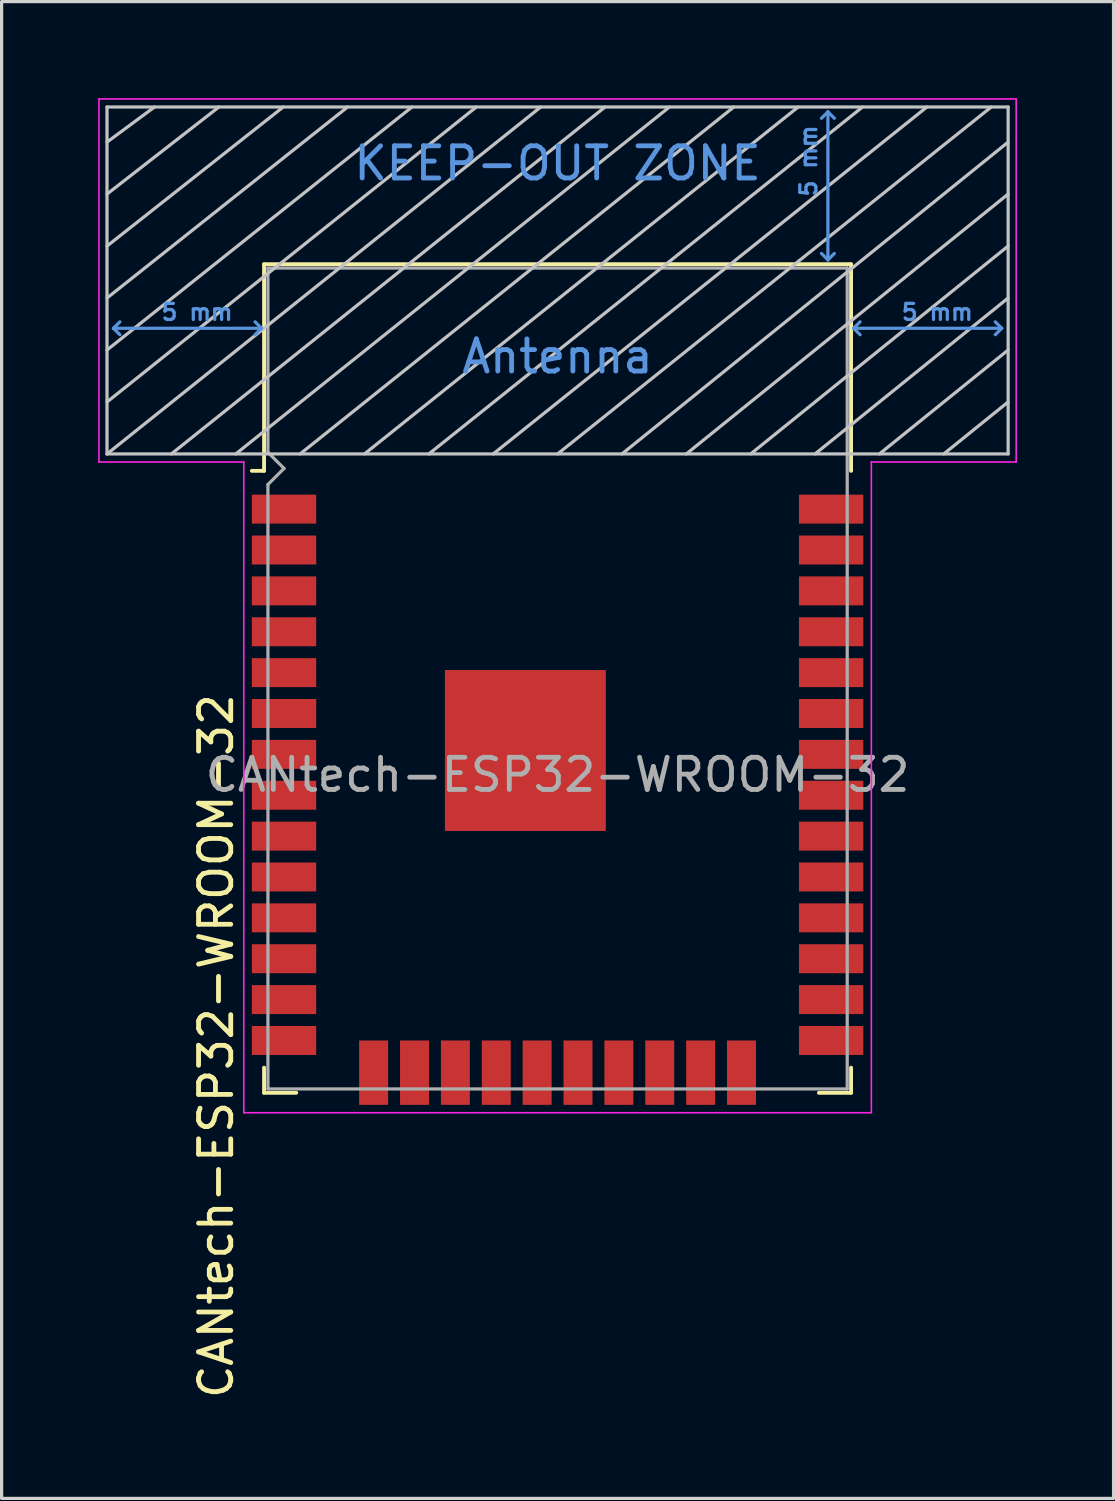
<source format=kicad_pcb>
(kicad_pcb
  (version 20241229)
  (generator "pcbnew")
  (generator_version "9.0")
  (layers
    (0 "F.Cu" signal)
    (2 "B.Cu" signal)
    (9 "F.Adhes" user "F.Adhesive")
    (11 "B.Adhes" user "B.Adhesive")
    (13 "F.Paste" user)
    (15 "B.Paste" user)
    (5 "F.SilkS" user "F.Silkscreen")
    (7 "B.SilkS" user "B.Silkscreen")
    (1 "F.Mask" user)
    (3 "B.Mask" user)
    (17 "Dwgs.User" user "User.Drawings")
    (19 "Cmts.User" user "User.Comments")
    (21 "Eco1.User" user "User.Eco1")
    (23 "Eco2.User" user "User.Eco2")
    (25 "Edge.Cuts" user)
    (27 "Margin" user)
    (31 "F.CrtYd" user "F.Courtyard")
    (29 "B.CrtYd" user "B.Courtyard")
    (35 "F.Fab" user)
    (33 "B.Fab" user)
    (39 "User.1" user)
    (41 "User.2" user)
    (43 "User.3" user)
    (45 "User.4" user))
  (footprint "CANtech-ESP32-WROOM-32"
    (layer "F.Cu")
    (at 14.275 21.025)
    (property "Reference" "CANtech-ESP32-WROOM-32" (at -10.61 8.43 90) (layer "F.SilkS") (effects (font (size 1 1) (thickness 0.15))))
    (attr smd)
    (fp_line (start -9.12 -15.865) (end -9.12 -9.445) (stroke (width 0.12) (type solid)) (layer "F.SilkS"))
    (fp_line (start -9.12 -15.865) (end 9.12 -15.865) (stroke (width 0.12) (type solid)) (layer "F.SilkS"))
    (fp_line (start -9.12 -9.445) (end -9.5 -9.445) (stroke (width 0.12) (type solid)) (layer "F.SilkS"))
    (fp_line (start -9.12 9.1) (end -9.12 9.88) (stroke (width 0.12) (type solid)) (layer "F.SilkS"))
    (fp_line (start -9.12 9.88) (end -8.12 9.88) (stroke (width 0.12) (type solid)) (layer "F.SilkS"))
    (fp_line (start 9.12 -15.865) (end 9.12 -9.445) (stroke (width 0.12) (type solid)) (layer "F.SilkS"))
    (fp_line (start 9.12 9.1) (end 9.12 9.88) (stroke (width 0.12) (type solid)) (layer "F.SilkS"))
    (fp_line (start 9.12 9.88) (end 8.12 9.88) (stroke (width 0.12) (type solid)) (layer "F.SilkS"))
    (fp_line (start -14 -9.97) (end -14 -20.75) (stroke (width 0.1) (type solid)) (layer "Dwgs.User"))
    (fp_line (start -12.525 -20.75) (end -14 -19.66) (stroke (width 0.1) (type solid)) (layer "Dwgs.User"))
    (fp_line (start -10.525 -20.75) (end -14 -18.045) (stroke (width 0.1) (type solid)) (layer "Dwgs.User"))
    (fp_line (start -8.525 -20.75) (end -14 -16.43) (stroke (width 0.1) (type solid)) (layer "Dwgs.User"))
    (fp_line (start -8 -9.97) (end 5.475 -20.75) (stroke (width 0.1) (type solid)) (layer "Dwgs.User"))
    (fp_line (start -6.525 -20.75) (end -14 -14.815) (stroke (width 0.1) (type solid)) (layer "Dwgs.User"))
    (fp_line (start -4.525 -20.75) (end -14 -13.2) (stroke (width 0.1) (type solid)) (layer "Dwgs.User"))
    (fp_line (start -2.525 -20.75) (end -14 -11.585) (stroke (width 0.1) (type solid)) (layer "Dwgs.User"))
    (fp_line (start -0.525 -20.75) (end -14 -9.97) (stroke (width 0.1) (type solid)) (layer "Dwgs.User"))
    (fp_line (start 1.475 -20.75) (end -12 -9.97) (stroke (width 0.1) (type solid)) (layer "Dwgs.User"))
    (fp_line (start 3.475 -20.75) (end -10 -9.97) (stroke (width 0.1) (type solid)) (layer "Dwgs.User"))
    (fp_line (start 7.475 -20.75) (end -6 -9.97) (stroke (width 0.1) (type solid)) (layer "Dwgs.User"))
    (fp_line (start 9.475 -20.75) (end -4 -9.97) (stroke (width 0.1) (type solid)) (layer "Dwgs.User"))
    (fp_line (start 11.475 -20.75) (end -2 -9.97) (stroke (width 0.1) (type solid)) (layer "Dwgs.User"))
    (fp_line (start 13.475 -20.75) (end 0 -9.97) (stroke (width 0.1) (type solid)) (layer "Dwgs.User"))
    (fp_line (start 14 -20.75) (end -14 -20.75) (stroke (width 0.1) (type solid)) (layer "Dwgs.User"))
    (fp_line (start 14 -19.66) (end 2 -9.97) (stroke (width 0.1) (type solid)) (layer "Dwgs.User"))
    (fp_line (start 14 -18.045) (end 4 -9.97) (stroke (width 0.1) (type solid)) (layer "Dwgs.User"))
    (fp_line (start 14 -16.43) (end 6 -9.97) (stroke (width 0.1) (type solid)) (layer "Dwgs.User"))
    (fp_line (start 14 -14.815) (end 8 -9.97) (stroke (width 0.1) (type solid)) (layer "Dwgs.User"))
    (fp_line (start 14 -13.2) (end 10 -9.97) (stroke (width 0.1) (type solid)) (layer "Dwgs.User"))
    (fp_line (start 14 -11.585) (end 12 -9.97) (stroke (width 0.1) (type solid)) (layer "Dwgs.User"))
    (fp_line (start 14 -9.97) (end -14 -9.97) (stroke (width 0.1) (type solid)) (layer "Dwgs.User"))
    (fp_line (start 14 -9.97) (end 14 -20.75) (stroke (width 0.1) (type solid)) (layer "Dwgs.User"))
    (fp_line (start -13.8 -13.875) (end -13.6 -14.075) (stroke (width 0.1) (type solid)) (layer "Cmts.User"))
    (fp_line (start -13.8 -13.875) (end -13.6 -13.675) (stroke (width 0.1) (type solid)) (layer "Cmts.User"))
    (fp_line (start -13.8 -13.875) (end -9.2 -13.875) (stroke (width 0.1) (type solid)) (layer "Cmts.User"))
    (fp_line (start -9.2 -13.875) (end -9.4 -14.075) (stroke (width 0.1) (type solid)) (layer "Cmts.User"))
    (fp_line (start -9.2 -13.875) (end -9.4 -13.675) (stroke (width 0.1) (type solid)) (layer "Cmts.User"))
    (fp_line (start 8.4 -20.6) (end 8.2 -20.4) (stroke (width 0.1) (type solid)) (layer "Cmts.User"))
    (fp_line (start 8.4 -20.6) (end 8.6 -20.4) (stroke (width 0.1) (type solid)) (layer "Cmts.User"))
    (fp_line (start 8.4 -16) (end 8.2 -16.2) (stroke (width 0.1) (type solid)) (layer "Cmts.User"))
    (fp_line (start 8.4 -16) (end 8.4 -20.6) (stroke (width 0.1) (type solid)) (layer "Cmts.User"))
    (fp_line (start 8.4 -16) (end 8.6 -16.2) (stroke (width 0.1) (type solid)) (layer "Cmts.User"))
    (fp_line (start 9.2 -13.875) (end 9.4 -14.075) (stroke (width 0.1) (type solid)) (layer "Cmts.User"))
    (fp_line (start 9.2 -13.875) (end 9.4 -13.675) (stroke (width 0.1) (type solid)) (layer "Cmts.User"))
    (fp_line (start 9.2 -13.875) (end 13.8 -13.875) (stroke (width 0.1) (type solid)) (layer "Cmts.User"))
    (fp_line (start 13.8 -13.875) (end 13.6 -14.075) (stroke (width 0.1) (type solid)) (layer "Cmts.User"))
    (fp_line (start 13.8 -13.875) (end 13.6 -13.675) (stroke (width 0.1) (type solid)) (layer "Cmts.User"))
    (fp_line (start -14.25 -21) (end -14.25 -9.72) (stroke (width 0.05) (type solid)) (layer "F.CrtYd"))
    (fp_line (start -14.25 -21) (end 14.25 -21) (stroke (width 0.05) (type solid)) (layer "F.CrtYd"))
    (fp_line (start -14.25 -9.72) (end -9.75 -9.72) (stroke (width 0.05) (type solid)) (layer "F.CrtYd"))
    (fp_line (start -9.75 10.5) (end -9.75 -9.72) (stroke (width 0.05) (type solid)) (layer "F.CrtYd"))
    (fp_line (start -9.75 10.5) (end 9.75 10.5) (stroke (width 0.05) (type solid)) (layer "F.CrtYd"))
    (fp_line (start 9.75 -9.72) (end 9.75 10.5) (stroke (width 0.05) (type solid)) (layer "F.CrtYd"))
    (fp_line (start 9.75 -9.72) (end 14.25 -9.72) (stroke (width 0.05) (type solid)) (layer "F.CrtYd"))
    (fp_line (start 14.25 -21) (end 14.25 -9.72) (stroke (width 0.05) (type solid)) (layer "F.CrtYd"))
    (fp_line (start -9 -15.745) (end -9 -10.02) (stroke (width 0.1) (type solid)) (layer "F.Fab"))
    (fp_line (start -9 -15.745) (end 9 -15.745) (stroke (width 0.1) (type solid)) (layer "F.Fab"))
    (fp_line (start -9 -9.02) (end -9 9.76) (stroke (width 0.1) (type solid)) (layer "F.Fab"))
    (fp_line (start -9 -9.02) (end -8.5 -9.52) (stroke (width 0.1) (type solid)) (layer "F.Fab"))
    (fp_line (start -9 9.76) (end 9 9.76) (stroke (width 0.1) (type solid)) (layer "F.Fab"))
    (fp_line (start -8.5 -9.52) (end -9 -10.02) (stroke (width 0.1) (type solid)) (layer "F.Fab"))
    (fp_line (start 9 9.76) (end 9 -15.745) (stroke (width 0.1) (type solid)) (layer "F.Fab"))
    (fp_text user "5 mm" (at -11.2 -14.375 0) (layer "Cmts.User") (effects (font (size 0.5 0.5) (thickness 0.1))))
    (fp_text user "5 mm" (at 7.8 -19.075 90) (layer "Cmts.User") (effects (font (size 0.5 0.5) (thickness 0.1))))
    (fp_text user "Antenna" (at 0 -13 0) (layer "Cmts.User") (effects (font (size 1 1) (thickness 0.15))))
    (fp_text user "5 mm" (at 11.8 -14.375 0) (layer "Cmts.User") (effects (font (size 0.5 0.5) (thickness 0.1))))
    (fp_text user "KEEP-OUT ZONE" (at 0 -19 0) (layer "Cmts.User") (effects (font (size 1 1) (thickness 0.15))))
    (fp_text user "${REFERENCE}" (at 0 0 0) (layer "F.Fab") (effects (font (size 1 1) (thickness 0.15))))
    (pad "1" smd rect (at -8.5 -8.255) (size 2 0.9) (layers "F.Cu" "F.Mask" "F.Paste"))
    (pad "2" smd rect (at -8.5 -6.985) (size 2 0.9) (layers "F.Cu" "F.Mask" "F.Paste"))
    (pad "3" smd rect (at -8.5 -5.715) (size 2 0.9) (layers "F.Cu" "F.Mask" "F.Paste"))
    (pad "4" smd rect (at -8.5 -4.445) (size 2 0.9) (layers "F.Cu" "F.Mask" "F.Paste"))
    (pad "5" smd rect (at -8.5 -3.175) (size 2 0.9) (layers "F.Cu" "F.Mask" "F.Paste"))
    (pad "6" smd rect (at -8.5 -1.905) (size 2 0.9) (layers "F.Cu" "F.Mask" "F.Paste"))
    (pad "7" smd rect (at -8.5 -0.635) (size 2 0.9) (layers "F.Cu" "F.Mask" "F.Paste"))
    (pad "8" smd rect (at -8.5 0.635) (size 2 0.9) (layers "F.Cu" "F.Mask" "F.Paste"))
    (pad "9" smd rect (at -8.5 1.905) (size 2 0.9) (layers "F.Cu" "F.Mask" "F.Paste"))
    (pad "10" smd rect (at -8.5 3.175) (size 2 0.9) (layers "F.Cu" "F.Mask" "F.Paste"))
    (pad "11" smd rect (at -8.5 4.445) (size 2 0.9) (layers "F.Cu" "F.Mask" "F.Paste"))
    (pad "12" smd rect (at -8.5 5.715) (size 2 0.9) (layers "F.Cu" "F.Mask" "F.Paste"))
    (pad "13" smd rect (at -8.5 6.985) (size 2 0.9) (layers "F.Cu" "F.Mask" "F.Paste"))
    (pad "14" smd rect (at -8.5 8.255) (size 2 0.9) (layers "F.Cu" "F.Mask" "F.Paste"))
    (pad "15" smd rect (at -5.715 9.255 90) (size 2 0.9) (layers "F.Cu" "F.Mask" "F.Paste"))
    (pad "16" smd rect (at -4.445 9.255 90) (size 2 0.9) (layers "F.Cu" "F.Mask" "F.Paste"))
    (pad "17" smd rect (at -3.175 9.255 90) (size 2 0.9) (layers "F.Cu" "F.Mask" "F.Paste"))
    (pad "18" smd rect (at -1.905 9.255 90) (size 2 0.9) (layers "F.Cu" "F.Mask" "F.Paste"))
    (pad "19" smd rect (at -0.635 9.255 90) (size 2 0.9) (layers "F.Cu" "F.Mask" "F.Paste"))
    (pad "20" smd rect (at 0.635 9.255 90) (size 2 0.9) (layers "F.Cu" "F.Mask" "F.Paste"))
    (pad "21" smd rect (at 1.905 9.255 90) (size 2 0.9) (layers "F.Cu" "F.Mask" "F.Paste"))
    (pad "22" smd rect (at 3.175 9.255 90) (size 2 0.9) (layers "F.Cu" "F.Mask" "F.Paste"))
    (pad "23" smd rect (at 4.445 9.255 90) (size 2 0.9) (layers "F.Cu" "F.Mask" "F.Paste"))
    (pad "24" smd rect (at 5.715 9.255 90) (size 2 0.9) (layers "F.Cu" "F.Mask" "F.Paste"))
    (pad "25" smd rect (at 8.5 8.255) (size 2 0.9) (layers "F.Cu" "F.Mask" "F.Paste"))
    (pad "26" smd rect (at 8.5 6.985) (size 2 0.9) (layers "F.Cu" "F.Mask" "F.Paste"))
    (pad "27" smd rect (at 8.5 5.715) (size 2 0.9) (layers "F.Cu" "F.Mask" "F.Paste"))
    (pad "28" smd rect (at 8.5 4.445) (size 2 0.9) (layers "F.Cu" "F.Mask" "F.Paste"))
    (pad "29" smd rect (at 8.5 3.175) (size 2 0.9) (layers "F.Cu" "F.Mask" "F.Paste"))
    (pad "30" smd rect (at 8.5 1.905) (size 2 0.9) (layers "F.Cu" "F.Mask" "F.Paste"))
    (pad "31" smd rect (at 8.5 0.635) (size 2 0.9) (layers "F.Cu" "F.Mask" "F.Paste"))
    (pad "32" smd rect (at 8.5 -0.635) (size 2 0.9) (layers "F.Cu" "F.Mask" "F.Paste"))
    (pad "33" smd rect (at 8.5 -1.905) (size 2 0.9) (layers "F.Cu" "F.Mask" "F.Paste"))
    (pad "34" smd rect (at 8.5 -3.175) (size 2 0.9) (layers "F.Cu" "F.Mask" "F.Paste"))
    (pad "35" smd rect (at 8.5 -4.445) (size 2 0.9) (layers "F.Cu" "F.Mask" "F.Paste"))
    (pad "36" smd rect (at 8.5 -5.715) (size 2 0.9) (layers "F.Cu" "F.Mask" "F.Paste"))
    (pad "37" smd rect (at 8.5 -6.985) (size 2 0.9) (layers "F.Cu" "F.Mask" "F.Paste"))
    (pad "38" smd rect (at 8.5 -8.255) (size 2 0.9) (layers "F.Cu" "F.Mask" "F.Paste"))
    (pad "39" smd rect (at -1 -0.755) (size 5 5) (layers "F.Cu" "F.Mask" "F.Paste")))
  (gr_rect
    (start -3 -3)
    (end 31.55 43.509)
    (stroke (width 0.1) (type default))
    (fill no)
    (layer "Edge.Cuts")))
</source>
